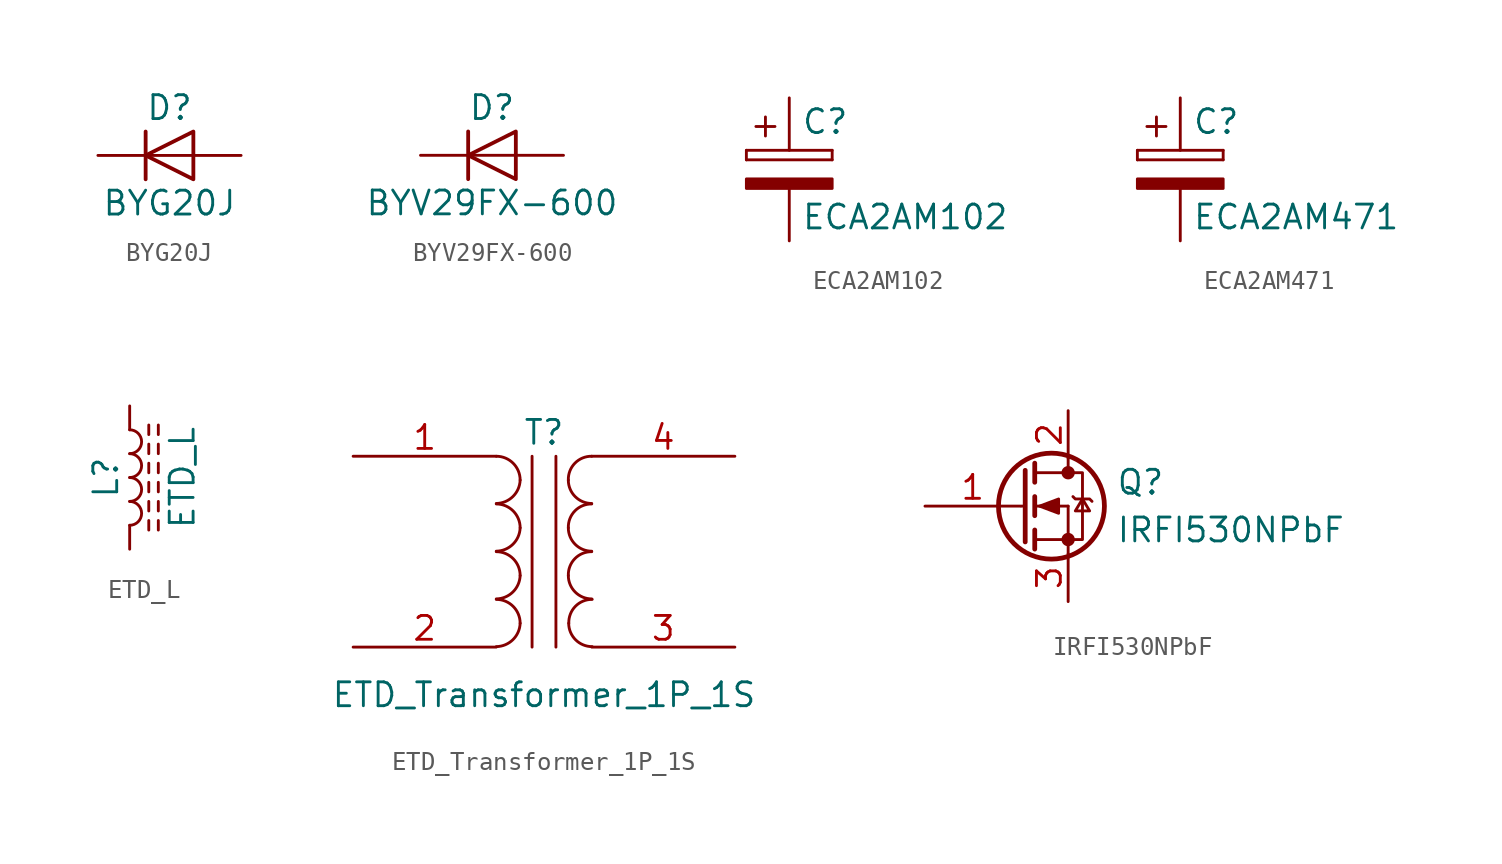
<source format=kicad_sym>
(kicad_symbol_lib
  (version 20211014)
  (generator kicad_symbol_editor)
  (symbol "BYG20J"
    (pin_numbers hide)
    (pin_names
      (offset 1.016) hide)
    (property "Reference" "D"
      (at 0 2.54 0)
      (effects (font (size 1.27 1.27))))
    (property "Value" "BYG20J"
      (at 0 -2.54 0)
      (effects (font (size 1.27 1.27))))
    (symbol "BYG20J_0_1"
      (polyline (pts (xy -1.27 1.27) (xy -1.27 -1.27)) (stroke (width 0.203) (type default) (color 0 0 0 0)) (fill (type none)))
      (polyline (pts (xy 1.27 0) (xy -1.27 0)) (stroke (width 0) (type default) (color 0 0 0 0)) (fill (type none)))
      (polyline (pts (xy 1.27 1.27) (xy 1.27 -1.27) (xy -1.27 0) (xy 1.27 1.27)) (stroke (width 0.203) (type default) (color 0 0 0 0)) (fill (type none))))
    (symbol "BYG20J_1_1"
      (pin passive line (at -3.81 0 0) (length 2.54) (name "K" (effects (font (size 1.27 1.27)))) (number "1" (effects (font (size 1.27 1.27)))))
      (pin passive line (at 3.81 0 180) (length 2.54) (name "A" (effects (font (size 1.27 1.27)))) (number "2" (effects (font (size 1.27 1.27)))))))
  (symbol "BYV29FX-600"
    (pin_numbers hide)
    (pin_names
      (offset 1.016) hide)
    (property "Reference" "D"
      (at 0 2.54 0)
      (effects (font (size 1.27 1.27))))
    (property "Value" "BYV29FX-600"
      (at 0 -2.54 0)
      (effects (font (size 1.27 1.27))))
    (symbol "BYV29FX-600_0_1"
      (polyline (pts (xy -1.27 1.27) (xy -1.27 -1.27)) (stroke (width 0.203) (type default) (color 0 0 0 0)) (fill (type none)))
      (polyline (pts (xy 1.27 0) (xy -1.27 0)) (stroke (width 0) (type default) (color 0 0 0 0)) (fill (type none)))
      (polyline (pts (xy 1.27 1.27) (xy 1.27 -1.27) (xy -1.27 0) (xy 1.27 1.27)) (stroke (width 0.203) (type default) (color 0 0 0 0)) (fill (type none))))
    (symbol "BYV29FX-600_1_1"
      (pin passive line (at -3.81 0 0) (length 2.54) (name "K" (effects (font (size 1.27 1.27)))) (number "1" (effects (font (size 1.27 1.27)))))
      (pin passive line (at 3.81 0 180) (length 2.54) (name "A" (effects (font (size 1.27 1.27)))) (number "2" (effects (font (size 1.27 1.27)))))))
  (symbol "ECA2AM102"
    (pin_numbers hide)
    (pin_names
      (offset 0.254))
    (property "Reference" "C"
      (at 0.635 2.54 0)
      (effects (font (size 1.27 1.27)) (justify left)))
    (property "Value" "ECA2AM102"
      (at 0.635 -2.54 0)
      (effects (font (size 1.27 1.27)) (justify left)))
    (symbol "ECA2AM102_0_1"
      (rectangle (start -2.286 0.508) (end -2.286 1.016) (stroke (width 0) (type default) (color 0 0 0 0)) (fill (type none)))
      (rectangle (start -2.286 0.508) (end 2.286 0.508) (stroke (width 0) (type default) (color 0 0 0 0)) (fill (type none)))
      (polyline (pts (xy -1.778 2.286) (xy -0.762 2.286)) (stroke (width 0) (type default) (color 0 0 0 0)) (fill (type none)))
      (polyline (pts (xy -1.27 2.794) (xy -1.27 1.778)) (stroke (width 0) (type default) (color 0 0 0 0)) (fill (type none)))
      (rectangle (start 2.286 -0.508) (end -2.286 -1.016) (stroke (width 0) (type default) (color 0 0 0 0)) (fill (type outline)))
      (rectangle (start 2.286 1.016) (end -2.286 1.016) (stroke (width 0) (type default) (color 0 0 0 0)) (fill (type none)))
      (rectangle (start 2.286 1.016) (end 2.286 0.508) (stroke (width 0) (type default) (color 0 0 0 0)) (fill (type none))))
    (symbol "ECA2AM102_1_1"
      (pin passive line (at 0 3.81 270) (length 2.794) (name "~" (effects (font (size 1.27 1.27)))) (number "1" (effects (font (size 1.27 1.27)))))
      (pin passive line (at 0 -3.81 90) (length 2.794) (name "~" (effects (font (size 1.27 1.27)))) (number "2" (effects (font (size 1.27 1.27)))))))
  (symbol "ECA2AM471"
    (pin_numbers hide)
    (pin_names
      (offset 0.254))
    (property "Reference" "C"
      (at 0.635 2.54 0)
      (effects (font (size 1.27 1.27)) (justify left)))
    (property "Value" "ECA2AM471"
      (at 0.635 -2.54 0)
      (effects (font (size 1.27 1.27)) (justify left)))
    (symbol "ECA2AM471_0_1"
      (rectangle (start -2.286 0.508) (end -2.286 1.016) (stroke (width 0) (type default) (color 0 0 0 0)) (fill (type none)))
      (rectangle (start -2.286 0.508) (end 2.286 0.508) (stroke (width 0) (type default) (color 0 0 0 0)) (fill (type none)))
      (polyline (pts (xy -1.778 2.286) (xy -0.762 2.286)) (stroke (width 0) (type default) (color 0 0 0 0)) (fill (type none)))
      (polyline (pts (xy -1.27 2.794) (xy -1.27 1.778)) (stroke (width 0) (type default) (color 0 0 0 0)) (fill (type none)))
      (rectangle (start 2.286 -0.508) (end -2.286 -1.016) (stroke (width 0) (type default) (color 0 0 0 0)) (fill (type outline)))
      (rectangle (start 2.286 1.016) (end -2.286 1.016) (stroke (width 0) (type default) (color 0 0 0 0)) (fill (type none)))
      (rectangle (start 2.286 1.016) (end 2.286 0.508) (stroke (width 0) (type default) (color 0 0 0 0)) (fill (type none))))
    (symbol "ECA2AM471_1_1"
      (pin passive line (at 0 3.81 270) (length 2.794) (name "~" (effects (font (size 1.27 1.27)))) (number "1" (effects (font (size 1.27 1.27)))))
      (pin passive line (at 0 -3.81 90) (length 2.794) (name "~" (effects (font (size 1.27 1.27)))) (number "2" (effects (font (size 1.27 1.27)))))))
  (symbol "ETD_L"
    (pin_numbers hide)
    (pin_names
      (offset 1.016) hide)
    (property "Reference" "L"
      (at -1.27 0 90)
      (effects (font (size 1.27 1.27))))
    (property "Value" "ETD_L"
      (at 2.794 0 90)
      (effects (font (size 1.27 1.27))))
    (symbol "ETD_L_0_1"
      (arc (start 0 -2.54) (mid 0.635 -1.905) (end 0 -1.27) (stroke (width 0) (type default) (color 0 0 0 0)) (fill (type none)))
      (arc (start 0 -1.27) (mid 0.635 -0.635) (end 0 0) (stroke (width 0) (type default) (color 0 0 0 0)) (fill (type none)))
      (polyline (pts (xy 1.016 -2.794) (xy 1.016 -2.286)) (stroke (width 0) (type default) (color 0 0 0 0)) (fill (type none)))
      (polyline (pts (xy 1.016 -1.778) (xy 1.016 -1.27)) (stroke (width 0) (type default) (color 0 0 0 0)) (fill (type none)))
      (polyline (pts (xy 1.016 -0.762) (xy 1.016 -0.254)) (stroke (width 0) (type default) (color 0 0 0 0)) (fill (type none)))
      (polyline (pts (xy 1.016 0.254) (xy 1.016 0.762)) (stroke (width 0) (type default) (color 0 0 0 0)) (fill (type none)))
      (polyline (pts (xy 1.016 1.27) (xy 1.016 1.778)) (stroke (width 0) (type default) (color 0 0 0 0)) (fill (type none)))
      (polyline (pts (xy 1.016 2.286) (xy 1.016 2.794)) (stroke (width 0) (type default) (color 0 0 0 0)) (fill (type none)))
      (polyline (pts (xy 1.524 -2.286) (xy 1.524 -2.794)) (stroke (width 0) (type default) (color 0 0 0 0)) (fill (type none)))
      (polyline (pts (xy 1.524 -1.27) (xy 1.524 -1.778)) (stroke (width 0) (type default) (color 0 0 0 0)) (fill (type none)))
      (polyline (pts (xy 1.524 -0.254) (xy 1.524 -0.762)) (stroke (width 0) (type default) (color 0 0 0 0)) (fill (type none)))
      (polyline (pts (xy 1.524 0.762) (xy 1.524 0.254)) (stroke (width 0) (type default) (color 0 0 0 0)) (fill (type none)))
      (polyline (pts (xy 1.524 1.778) (xy 1.524 1.27)) (stroke (width 0) (type default) (color 0 0 0 0)) (fill (type none)))
      (polyline (pts (xy 1.524 2.794) (xy 1.524 2.286)) (stroke (width 0) (type default) (color 0 0 0 0)) (fill (type none)))
      (arc (start 0 0) (mid 0.635 0.635) (end 0 1.27) (stroke (width 0) (type default) (color 0 0 0 0)) (fill (type none)))
      (arc (start 0 1.27) (mid 0.635 1.905) (end 0 2.54) (stroke (width 0) (type default) (color 0 0 0 0)) (fill (type none))))
    (symbol "ETD_L_1_1"
      (pin passive line (at 0 3.81 270) (length 1.27) (name "1" (effects (font (size 1.27 1.27)))) (number "1" (effects (font (size 1.27 1.27)))))
      (pin passive line (at 0 -3.81 90) (length 1.27) (name "2" (effects (font (size 1.27 1.27)))) (number "2" (effects (font (size 1.27 1.27)))))))
  (symbol "ETD_Transformer_1P_1S"
    (pin_names
      (offset 1.016) hide)
    (property "Reference" "T"
      (at 0 6.35 0)
      (effects (font (size 1.27 1.27))))
    (property "Value" "ETD_Transformer_1P_1S"
      (at 0 -7.62 0)
      (effects (font (size 1.27 1.27))))
    (symbol "ETD_Transformer_1P_1S_0_1"
      (arc (start -2.54 -5.0546) (mid -1.6599 -4.6901) (end -1.27 -3.81) (stroke (width 0) (type default) (color 0 0 0 0)) (fill (type none)))
      (arc (start -2.54 -2.5146) (mid -1.6599 -2.1501) (end -1.27 -1.27) (stroke (width 0) (type default) (color 0 0 0 0)) (fill (type none)))
      (arc (start -2.54 0.0254) (mid -1.6599 0.3899) (end -1.27 1.27) (stroke (width 0) (type default) (color 0 0 0 0)) (fill (type none)))
      (arc (start -2.54 2.5654) (mid -1.6599 2.9299) (end -1.27 3.81) (stroke (width 0) (type default) (color 0 0 0 0)) (fill (type none)))
      (arc (start -1.27 -3.81) (mid -1.642 -2.912) (end -2.54 -2.54) (stroke (width 0) (type default) (color 0 0 0 0)) (fill (type none)))
      (arc (start -1.27 -1.27) (mid -1.642 -0.372) (end -2.54 0) (stroke (width 0) (type default) (color 0 0 0 0)) (fill (type none)))
      (arc (start -1.27 1.27) (mid -1.642 2.168) (end -2.54 2.54) (stroke (width 0) (type default) (color 0 0 0 0)) (fill (type none)))
      (arc (start -1.27 3.81) (mid -1.642 4.708) (end -2.54 5.08) (stroke (width 0) (type default) (color 0 0 0 0)) (fill (type none)))
      (polyline (pts (xy -0.635 5.08) (xy -0.635 -5.08)) (stroke (width 0) (type default) (color 0 0 0 0)) (fill (type none)))
      (polyline (pts (xy 0.635 -5.08) (xy 0.635 5.08)) (stroke (width 0) (type default) (color 0 0 0 0)) (fill (type none)))
      (arc (start 1.2954 -1.27) (mid 1.6599 -2.1501) (end 2.54 -2.5146) (stroke (width 0) (type default) (color 0 0 0 0)) (fill (type none)))
      (arc (start 1.2954 1.27) (mid 1.6599 0.3899) (end 2.54 0.0254) (stroke (width 0) (type default) (color 0 0 0 0)) (fill (type none)))
      (arc (start 1.2954 3.81) (mid 1.6599 2.9299) (end 2.54 2.5654) (stroke (width 0) (type default) (color 0 0 0 0)) (fill (type none)))
      (arc (start 1.3208 -3.81) (mid 1.6853 -4.6901) (end 2.5654 -5.0546) (stroke (width 0) (type default) (color 0 0 0 0)) (fill (type none)))
      (arc (start 2.54 0) (mid 1.642 -0.372) (end 1.2954 -1.27) (stroke (width 0) (type default) (color 0 0 0 0)) (fill (type none)))
      (arc (start 2.54 2.54) (mid 1.642 2.168) (end 1.2954 1.27) (stroke (width 0) (type default) (color 0 0 0 0)) (fill (type none)))
      (arc (start 2.54 5.08) (mid 1.642 4.708) (end 1.2954 3.81) (stroke (width 0) (type default) (color 0 0 0 0)) (fill (type none)))
      (arc (start 2.5654 -2.54) (mid 1.6674 -2.912) (end 1.3208 -3.81) (stroke (width 0) (type default) (color 0 0 0 0)) (fill (type none))))
    (symbol "ETD_Transformer_1P_1S_1_1"
      (pin passive line (at -10.16 5.08 0) (length 7.62) (name "AA" (effects (font (size 1.27 1.27)))) (number "1" (effects (font (size 1.27 1.27)))))
      (pin passive line (at -10.16 -5.08 0) (length 7.62) (name "AB" (effects (font (size 1.27 1.27)))) (number "2" (effects (font (size 1.27 1.27)))))
      (pin passive line (at 10.16 -5.08 180) (length 7.62) (name "SA" (effects (font (size 1.27 1.27)))) (number "3" (effects (font (size 1.27 1.27)))))
      (pin passive line (at 10.16 5.08 180) (length 7.62) (name "SB" (effects (font (size 1.27 1.27)))) (number "4" (effects (font (size 1.27 1.27)))))))
  (symbol "IRFI530NPbF"
    (pin_names
      (offset 0) hide)
    (property "Reference" "Q"
      (at 5.08 1.27 0)
      (effects (font (size 1.27 1.27)) (justify left)))
    (property "Value" "IRFI530NPbF"
      (at 5.08 -1.27 0)
      (effects (font (size 1.27 1.27)) (justify left)))
    (symbol "IRFI530NPbF_0_1"
      (polyline (pts (xy 0.051 0) (xy 0.254 0)) (stroke (width 0) (type default) (color 0 0 0 0)) (fill (type none)))
      (polyline (pts (xy 0.762 -1.778) (xy 2.54 -1.778)) (stroke (width 0) (type default) (color 0 0 0 0)) (fill (type none)))
      (polyline (pts (xy 0.762 -1.27) (xy 0.762 -2.286)) (stroke (width 0.254) (type default) (color 0 0 0 0)) (fill (type none)))
      (polyline (pts (xy 0.762 0) (xy 2.54 0)) (stroke (width 0) (type default) (color 0 0 0 0)) (fill (type none)))
      (polyline (pts (xy 0.762 0.508) (xy 0.762 -0.508)) (stroke (width 0.254) (type default) (color 0 0 0 0)) (fill (type none)))
      (polyline (pts (xy 0.762 1.778) (xy 2.54 1.778)) (stroke (width 0) (type default) (color 0 0 0 0)) (fill (type none)))
      (polyline (pts (xy 0.762 2.286) (xy 0.762 1.27)) (stroke (width 0.254) (type default) (color 0 0 0 0)) (fill (type none)))
      (polyline (pts (xy 2.54 -1.778) (xy 2.54 -2.54)) (stroke (width 0) (type default) (color 0 0 0 0)) (fill (type none)))
      (polyline (pts (xy 2.54 -1.778) (xy 2.54 0)) (stroke (width 0) (type default) (color 0 0 0 0)) (fill (type none)))
      (polyline (pts (xy 2.54 2.54) (xy 2.54 1.778)) (stroke (width 0) (type default) (color 0 0 0 0)) (fill (type none)))
      (polyline (pts (xy 0.254 1.905) (xy 0.254 -1.905) (xy 0.254 -1.905)) (stroke (width 0.254) (type default) (color 0 0 0 0)) (fill (type none)))
      (polyline (pts (xy 1.016 0) (xy 2.032 0.381) (xy 2.032 -0.381) (xy 1.016 0)) (stroke (width 0) (type default) (color 0 0 0 0)) (fill (type outline)))
      (polyline (pts (xy 2.54 -1.778) (xy 3.302 -1.778) (xy 3.302 1.778) (xy 2.54 1.778)) (stroke (width 0) (type default) (color 0 0 0 0)) (fill (type none)))
      (polyline (pts (xy 2.794 0.508) (xy 2.921 0.381) (xy 3.683 0.381) (xy 3.81 0.254)) (stroke (width 0) (type default) (color 0 0 0 0)) (fill (type none)))
      (polyline (pts (xy 3.302 0.381) (xy 2.921 -0.254) (xy 3.683 -0.254) (xy 3.302 0.381)) (stroke (width 0) (type default) (color 0 0 0 0)) (fill (type none)))
      (circle (center 1.651 0) (radius 2.819) (stroke (width 0.254) (type default) (color 0 0 0 0)) (fill (type none)))
      (circle (center 2.54 -1.778) (radius 0.279) (stroke (width 0) (type default) (color 0 0 0 0)) (fill (type outline)))
      (circle (center 2.54 1.778) (radius 0.279) (stroke (width 0) (type default) (color 0 0 0 0)) (fill (type outline))))
    (symbol "IRFI530NPbF_1_1"
      (pin input line (at -5.08 0 0) (length 5.08) (name "G" (effects (font (size 1.27 1.27)))) (number "1" (effects (font (size 1.27 1.27)))))
      (pin passive line (at 2.54 5.08 270) (length 2.54) (name "D" (effects (font (size 1.27 1.27)))) (number "2" (effects (font (size 1.27 1.27)))))
      (pin passive line (at 2.54 -5.08 90) (length 2.54) (name "S" (effects (font (size 1.27 1.27)))) (number "3" (effects (font (size 1.27 1.27))))))))
</source>
